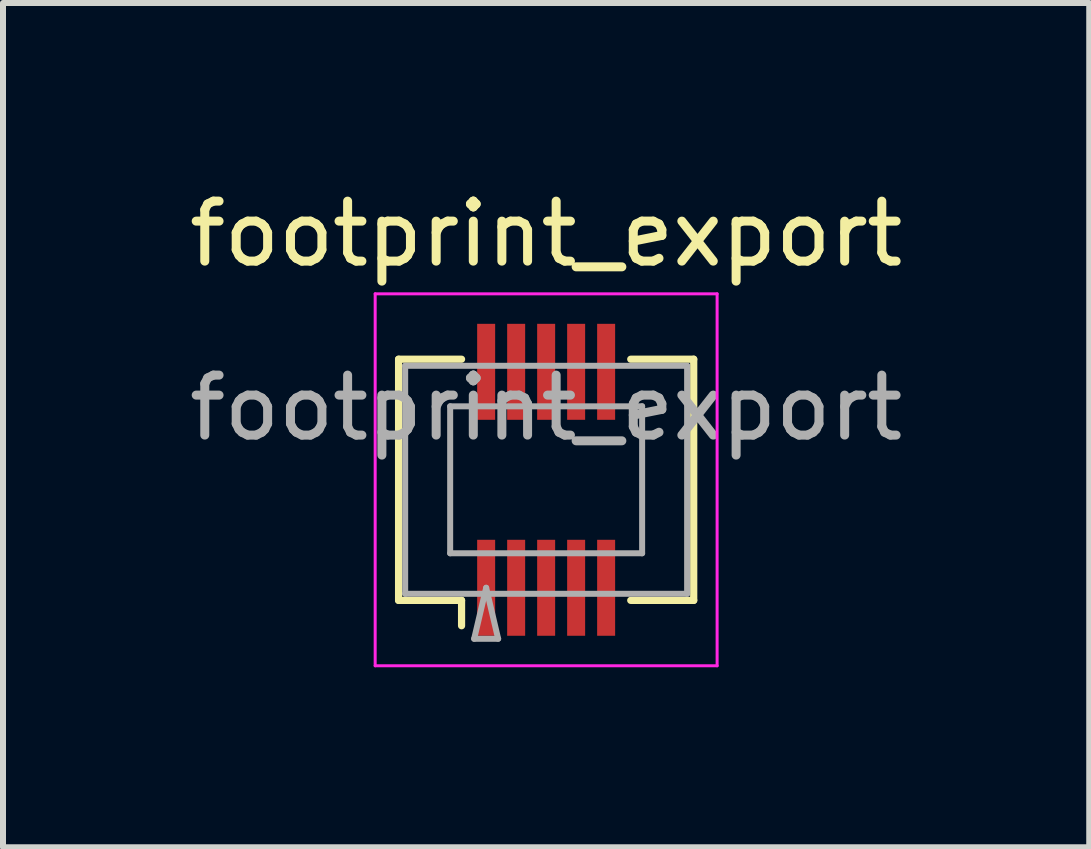
<source format=kicad_pcb>
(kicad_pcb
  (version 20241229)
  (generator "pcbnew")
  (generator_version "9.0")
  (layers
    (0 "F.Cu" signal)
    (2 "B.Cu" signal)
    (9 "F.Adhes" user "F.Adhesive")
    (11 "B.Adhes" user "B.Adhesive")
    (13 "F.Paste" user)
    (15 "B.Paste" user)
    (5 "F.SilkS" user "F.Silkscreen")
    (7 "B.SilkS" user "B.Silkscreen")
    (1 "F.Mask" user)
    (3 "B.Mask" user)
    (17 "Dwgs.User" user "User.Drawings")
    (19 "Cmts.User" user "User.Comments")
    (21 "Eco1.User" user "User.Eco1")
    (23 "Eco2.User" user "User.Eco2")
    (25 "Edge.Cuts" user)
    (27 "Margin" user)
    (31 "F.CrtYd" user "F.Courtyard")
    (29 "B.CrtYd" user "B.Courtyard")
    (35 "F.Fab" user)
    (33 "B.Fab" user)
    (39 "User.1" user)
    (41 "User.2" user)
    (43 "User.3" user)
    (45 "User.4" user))
  (footprint "footprint_export"
    (layer "F.Cu")
    (at 6.054 4.948)
    (property "Reference" "footprint_export" (at 0 -4.1 0) (layer "F.SilkS") (effects (font (size 1 1) (thickness 0.15))))
    (attr smd)
    (fp_line (start -2.46 -2.01) (end -1.41 -2.01) (stroke (width 0.12) (type solid)) (layer "F.SilkS"))
    (fp_line (start -2.46 2.01) (end -2.46 -2.01) (stroke (width 0.12) (type solid)) (layer "F.SilkS"))
    (fp_line (start -1.41 2.01) (end -2.46 2.01) (stroke (width 0.12) (type solid)) (layer "F.SilkS"))
    (fp_line (start -1.41 2.433) (end -1.41 2.01) (stroke (width 0.12) (type solid)) (layer "F.SilkS"))
    (fp_line (start 1.41 2.01) (end 2.46 2.01) (stroke (width 0.12) (type solid)) (layer "F.SilkS"))
    (fp_line (start 2.46 -2.01) (end 1.41 -2.01) (stroke (width 0.12) (type solid)) (layer "F.SilkS"))
    (fp_line (start 2.46 2.01) (end 2.46 -2.01) (stroke (width 0.12) (type solid)) (layer "F.SilkS"))
    (fp_line (start -2.85 -3.1) (end -2.85 3.1) (stroke (width 0.05) (type solid)) (layer "F.CrtYd"))
    (fp_line (start -2.85 3.1) (end 2.85 3.1) (stroke (width 0.05) (type solid)) (layer "F.CrtYd"))
    (fp_line (start 2.85 -3.1) (end -2.85 -3.1) (stroke (width 0.05) (type solid)) (layer "F.CrtYd"))
    (fp_line (start 2.85 3.1) (end 2.85 -3.1) (stroke (width 0.05) (type solid)) (layer "F.CrtYd"))
    (fp_line (start -2.35 -1.9) (end 2.35 -1.9) (stroke (width 0.1) (type solid)) (layer "F.Fab"))
    (fp_line (start -2.35 1.9) (end -2.35 -1.9) (stroke (width 0.1) (type solid)) (layer "F.Fab"))
    (fp_line (start -1.6 -1.225) (end 1.6 -1.225) (stroke (width 0.1) (type solid)) (layer "F.Fab"))
    (fp_line (start -1.6 1.225) (end -1.6 -1.225) (stroke (width 0.1) (type solid)) (layer "F.Fab"))
    (fp_line (start -1.2 2.65) (end -1 1.8) (stroke (width 0.1) (type solid)) (layer "F.Fab"))
    (fp_line (start -1 1.8) (end -0.8 2.65) (stroke (width 0.1) (type solid)) (layer "F.Fab"))
    (fp_line (start -0.8 2.65) (end -1.2 2.65) (stroke (width 0.1) (type solid)) (layer "F.Fab"))
    (fp_line (start 1.6 -1.225) (end 1.6 1.225) (stroke (width 0.1) (type solid)) (layer "F.Fab"))
    (fp_line (start 1.6 1.225) (end -1.6 1.225) (stroke (width 0.1) (type solid)) (layer "F.Fab"))
    (fp_line (start 2.35 -1.9) (end 2.35 1.9) (stroke (width 0.1) (type solid)) (layer "F.Fab"))
    (fp_line (start 2.35 1.9) (end -2.35 1.9) (stroke (width 0.1) (type solid)) (layer "F.Fab"))
    (fp_text user "${REFERENCE}" (at 0 -1.2 0) (layer "F.Fab") (effects (font (size 1 1) (thickness 0.15))))
    (pad "" smd rect (at -1 -2) (size 0.28 1.2) (layers "F.Paste"))
    (pad "" smd rect (at -1 2) (size 0.28 1.2) (layers "F.Paste"))
    (pad "" smd rect (at -0.5 -2) (size 0.28 1.2) (layers "F.Paste"))
    (pad "" smd rect (at -0.5 2) (size 0.28 1.2) (layers "F.Paste"))
    (pad "" smd rect (at 0 -2) (size 0.28 1.2) (layers "F.Paste"))
    (pad "" smd rect (at 0 2) (size 0.28 1.2) (layers "F.Paste"))
    (pad "" smd rect (at 0.5 -2) (size 0.28 1.2) (layers "F.Paste"))
    (pad "" smd rect (at 0.5 2) (size 0.28 1.2) (layers "F.Paste"))
    (pad "" smd rect (at 1 -2) (size 0.28 1.2) (layers "F.Paste"))
    (pad "" smd rect (at 1 2) (size 0.28 1.2) (layers "F.Paste"))
    (pad "1" smd rect (at -1 1.8) (size 0.3 1.6) (layers "F.Cu" "F.Mask"))
    (pad "2" smd rect (at -0.5 1.8) (size 0.3 1.6) (layers "F.Cu" "F.Mask"))
    (pad "3" smd rect (at 0 1.8) (size 0.3 1.6) (layers "F.Cu" "F.Mask"))
    (pad "4" smd rect (at 0.5 1.8) (size 0.3 1.6) (layers "F.Cu" "F.Mask"))
    (pad "5" smd rect (at 1 1.8) (size 0.3 1.6) (layers "F.Cu" "F.Mask"))
    (pad "6" smd rect (at -1 -1.8) (size 0.3 1.6) (layers "F.Cu" "F.Mask"))
    (pad "7" smd rect (at -0.5 -1.8) (size 0.3 1.6) (layers "F.Cu" "F.Mask"))
    (pad "8" smd rect (at 0 -1.8) (size 0.3 1.6) (layers "F.Cu" "F.Mask"))
    (pad "9" smd rect (at 0.5 -1.8) (size 0.3 1.6) (layers "F.Cu" "F.Mask"))
    (pad "10" smd rect (at 1 -1.8) (size 0.3 1.6) (layers "F.Cu" "F.Mask")))
  (gr_rect
    (start -3 -3)
    (end 15.107 11.073)
    (stroke (width 0.1) (type default))
    (fill no)
    (layer "Edge.Cuts")))
</source>
